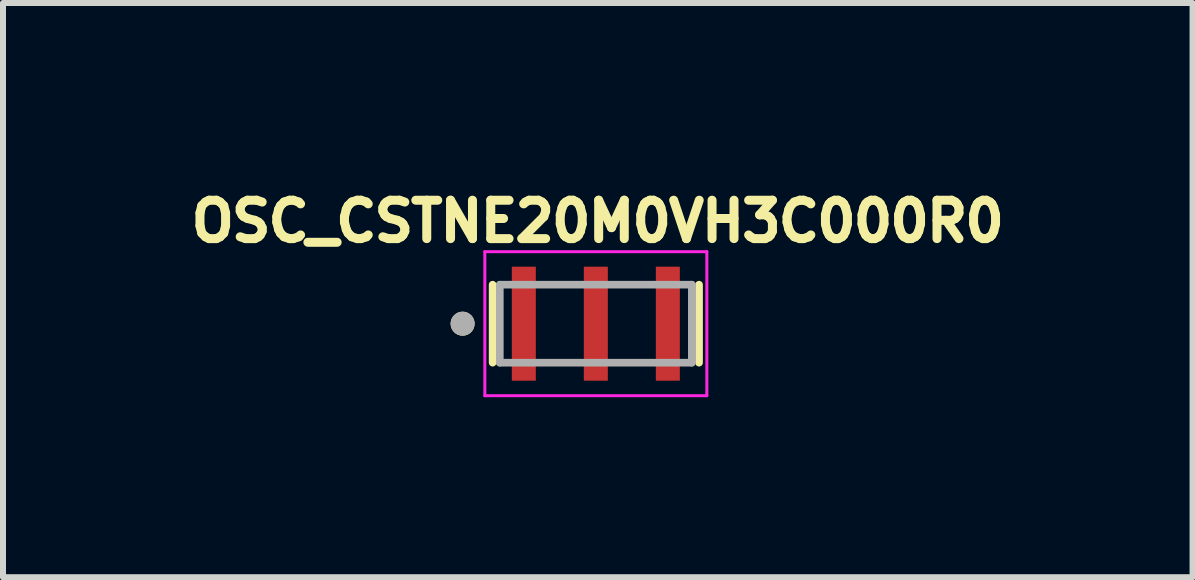
<source format=kicad_pcb>
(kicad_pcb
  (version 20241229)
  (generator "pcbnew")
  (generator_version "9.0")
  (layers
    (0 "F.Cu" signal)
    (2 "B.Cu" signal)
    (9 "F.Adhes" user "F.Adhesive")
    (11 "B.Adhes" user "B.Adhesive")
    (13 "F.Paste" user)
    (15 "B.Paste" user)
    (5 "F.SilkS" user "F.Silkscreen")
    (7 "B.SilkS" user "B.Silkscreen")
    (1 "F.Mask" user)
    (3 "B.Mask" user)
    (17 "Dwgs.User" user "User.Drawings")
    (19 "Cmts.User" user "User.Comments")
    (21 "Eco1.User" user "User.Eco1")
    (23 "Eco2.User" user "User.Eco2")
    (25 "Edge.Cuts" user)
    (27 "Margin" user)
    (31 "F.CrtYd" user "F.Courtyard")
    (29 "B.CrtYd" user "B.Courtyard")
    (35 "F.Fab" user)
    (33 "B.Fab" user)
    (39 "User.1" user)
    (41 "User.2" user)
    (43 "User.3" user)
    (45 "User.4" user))
  (footprint "OSC_CSTNE20M0VH3C000R0"
    (layer "F.Cu")
    (at 6.879 2.344)
    (property "Reference" "OSC_CSTNE20M0VH3C000R0" (at 0.032 -1.706 0) (layer "F.SilkS") (effects (font (size 0.64 0.64) (thickness 0.15))))
    (attr through_hole)
    (fp_line (start -1.72 -0.65) (end -1.72 0.65) (stroke (width 0.127) (type solid)) (layer "F.SilkS"))
    (fp_line (start 1.72 -0.65) (end 1.72 0.65) (stroke (width 0.127) (type solid)) (layer "F.SilkS"))
    (fp_circle (center -2.22 0) (end -2.12 0) (stroke (width 0.2) (type solid)) (fill no) (layer "F.SilkS"))
    (fp_line (start -1.85 -1.2) (end 1.85 -1.2) (stroke (width 0.05) (type solid)) (layer "F.CrtYd"))
    (fp_line (start -1.85 1.2) (end -1.85 -1.2) (stroke (width 0.05) (type solid)) (layer "F.CrtYd"))
    (fp_line (start 1.85 -1.2) (end 1.85 1.2) (stroke (width 0.05) (type solid)) (layer "F.CrtYd"))
    (fp_line (start 1.85 1.2) (end -1.85 1.2) (stroke (width 0.05) (type solid)) (layer "F.CrtYd"))
    (fp_line (start -1.6 -0.65) (end -1.6 0.65) (stroke (width 0.127) (type solid)) (layer "F.Fab"))
    (fp_line (start -1.6 -0.65) (end 1.6 -0.65) (stroke (width 0.127) (type solid)) (layer "F.Fab"))
    (fp_line (start 1.6 -0.65) (end 1.6 0.65) (stroke (width 0.127) (type solid)) (layer "F.Fab"))
    (fp_line (start 1.6 0.65) (end -1.6 0.65) (stroke (width 0.127) (type solid)) (layer "F.Fab"))
    (fp_circle (center -2.22 0) (end -2.12 0) (stroke (width 0.2) (type solid)) (fill no) (layer "F.Fab"))
    (pad "1" smd rect (at -1.2 0) (size 0.4 1.9) (layers "F.Cu" "F.Mask" "F.Paste"))
    (pad "2" smd rect (at 0 0) (size 0.4 1.9) (layers "F.Cu" "F.Mask" "F.Paste"))
    (pad "3" smd rect (at 1.2 0) (size 0.4 1.9) (layers "F.Cu" "F.Mask" "F.Paste")))
  (gr_rect
    (start -3 -3)
    (end 16.823 6.569)
    (stroke (width 0.1) (type default))
    (fill no)
    (layer "Edge.Cuts")))
</source>
